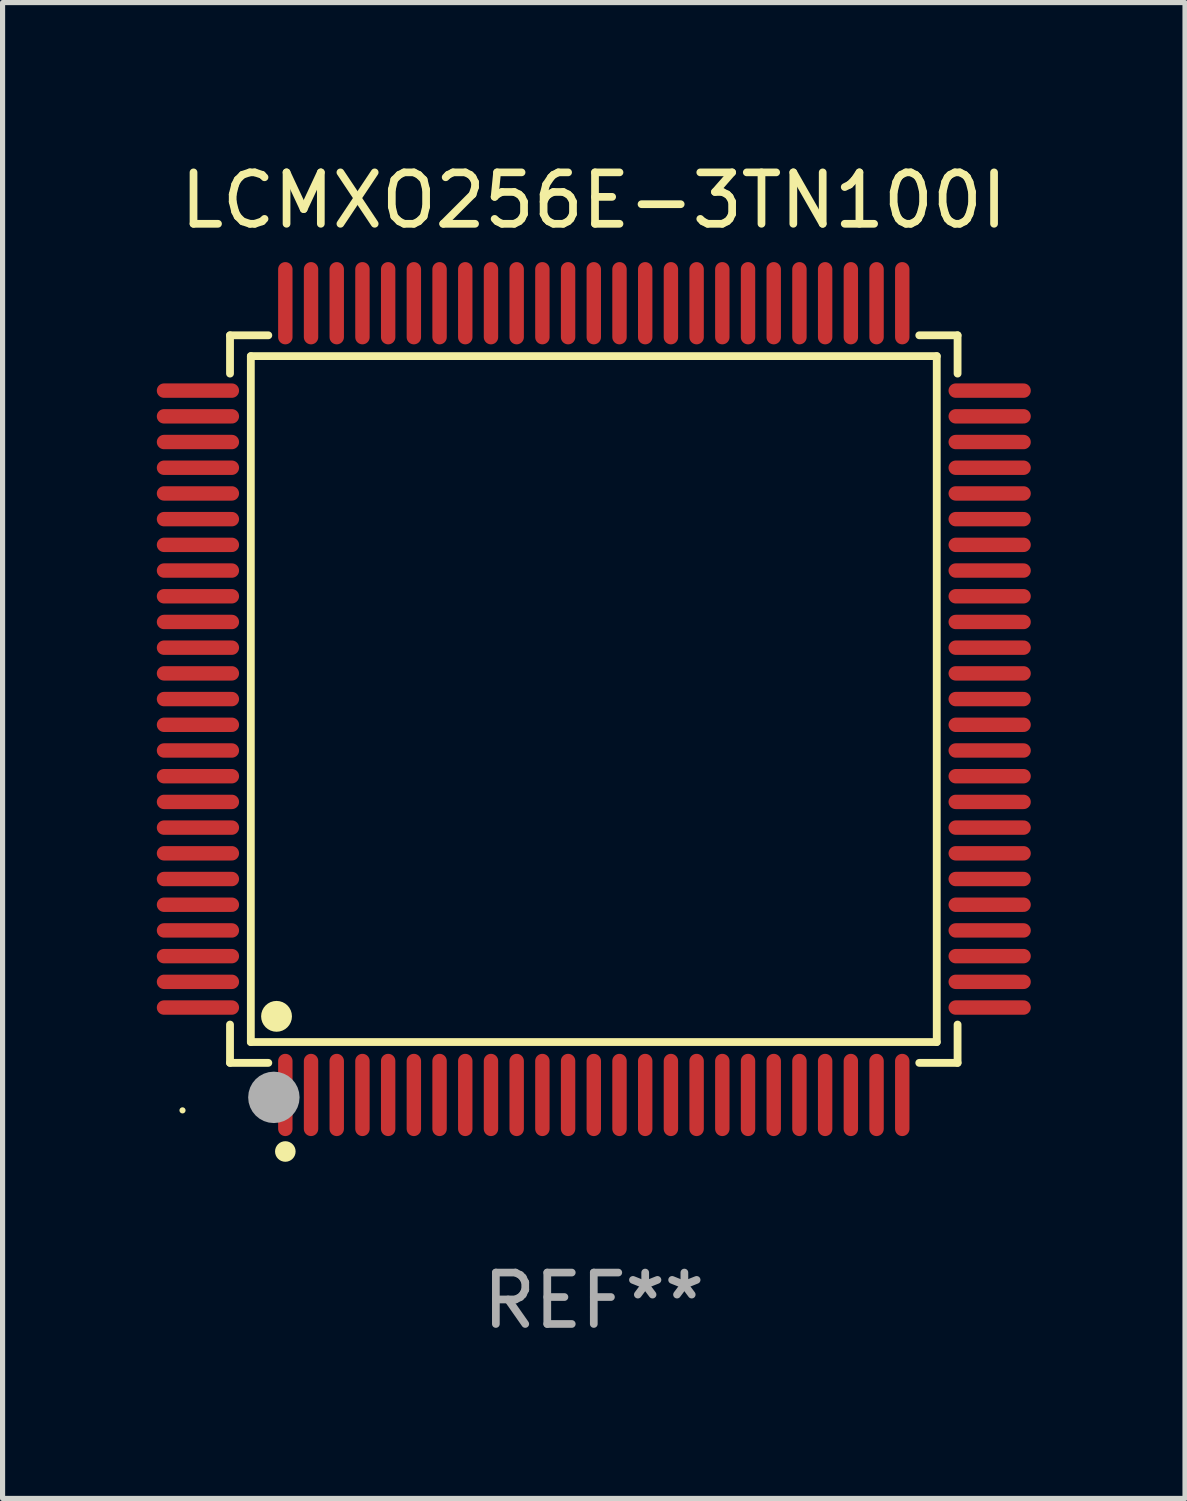
<source format=kicad_pcb>
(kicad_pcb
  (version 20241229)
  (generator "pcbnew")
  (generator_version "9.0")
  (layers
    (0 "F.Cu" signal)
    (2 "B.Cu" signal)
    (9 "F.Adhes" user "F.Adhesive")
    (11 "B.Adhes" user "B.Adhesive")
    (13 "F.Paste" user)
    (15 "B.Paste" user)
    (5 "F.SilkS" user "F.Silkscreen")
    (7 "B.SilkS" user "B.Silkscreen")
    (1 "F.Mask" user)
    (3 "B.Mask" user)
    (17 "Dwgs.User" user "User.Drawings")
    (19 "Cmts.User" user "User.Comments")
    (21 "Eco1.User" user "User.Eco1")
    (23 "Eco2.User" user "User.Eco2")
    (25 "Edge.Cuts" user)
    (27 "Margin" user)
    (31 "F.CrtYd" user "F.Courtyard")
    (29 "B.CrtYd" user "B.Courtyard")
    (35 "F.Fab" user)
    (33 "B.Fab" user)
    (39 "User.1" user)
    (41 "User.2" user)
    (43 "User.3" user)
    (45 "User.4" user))
  (footprint "LCMXO256E-3TN100I"
    (layer "F.Cu")
    (at 8.5 10.548)
    (property "Reference" "LCMXO256E-3TN100I" (at 0 -9.7 0) (layer "F.SilkS") (effects (font (size 1 1) (thickness 0.15))))
    (attr through_hole)
    (fp_line (start -7.076 -7.076) (end -6.331 -7.076) (stroke (width 0.152) (type solid)) (layer "F.SilkS"))
    (fp_line (start -7.076 -6.331) (end -7.076 -7.076) (stroke (width 0.152) (type solid)) (layer "F.SilkS"))
    (fp_line (start -7.076 6.331) (end -7.076 7.076) (stroke (width 0.152) (type solid)) (layer "F.SilkS"))
    (fp_line (start -7.076 7.076) (end -6.331 7.076) (stroke (width 0.152) (type solid)) (layer "F.SilkS"))
    (fp_line (start -6.671 -6.671) (end 6.671 -6.671) (stroke (width 0.152) (type solid)) (layer "F.SilkS"))
    (fp_line (start -6.671 6.671) (end -6.671 -6.671) (stroke (width 0.152) (type solid)) (layer "F.SilkS"))
    (fp_line (start 6.671 -6.671) (end 6.671 6.671) (stroke (width 0.152) (type solid)) (layer "F.SilkS"))
    (fp_line (start 6.671 6.671) (end -6.671 6.671) (stroke (width 0.152) (type solid)) (layer "F.SilkS"))
    (fp_line (start 7.076 -7.076) (end 6.331 -7.076) (stroke (width 0.152) (type solid)) (layer "F.SilkS"))
    (fp_line (start 7.076 -6.331) (end 7.076 -7.076) (stroke (width 0.152) (type solid)) (layer "F.SilkS"))
    (fp_line (start 7.076 6.331) (end 7.076 7.076) (stroke (width 0.152) (type solid)) (layer "F.SilkS"))
    (fp_line (start 7.076 7.076) (end 6.331 7.076) (stroke (width 0.152) (type solid)) (layer "F.SilkS"))
    (fp_circle (center -8 8) (end -7.97 8) (stroke (width 0.06) (type solid)) (fill no) (layer "F.SilkS"))
    (fp_circle (center -6.171 6.171) (end -6.021 6.171) (stroke (width 0.3) (type solid)) (fill no) (layer "F.SilkS"))
    (fp_circle (center -6 8.8) (end -5.9 8.8) (stroke (width 0.2) (type solid)) (fill no) (layer "F.SilkS"))
    (fp_circle (center -6.223 7.747) (end -5.973 7.747) (stroke (width 0.5) (type solid)) (fill no) (layer "F.Fab"))
    (fp_text user "REF**" (at 0 11.7 0) (layer "F.Fab") (effects (font (size 1 1) (thickness 0.15))))
    (pad "1" smd oval (at -6 7.7) (size 0.28 1.6) (layers "F.Cu" "F.Mask" "F.Paste"))
    (pad "2" smd oval (at -5.5 7.7) (size 0.28 1.6) (layers "F.Cu" "F.Mask" "F.Paste"))
    (pad "3" smd oval (at -5 7.7) (size 0.28 1.6) (layers "F.Cu" "F.Mask" "F.Paste"))
    (pad "4" smd oval (at -4.5 7.7) (size 0.28 1.6) (layers "F.Cu" "F.Mask" "F.Paste"))
    (pad "5" smd oval (at -4 7.7) (size 0.28 1.6) (layers "F.Cu" "F.Mask" "F.Paste"))
    (pad "6" smd oval (at -3.5 7.7) (size 0.28 1.6) (layers "F.Cu" "F.Mask" "F.Paste"))
    (pad "7" smd oval (at -3 7.7) (size 0.28 1.6) (layers "F.Cu" "F.Mask" "F.Paste"))
    (pad "8" smd oval (at -2.5 7.7) (size 0.28 1.6) (layers "F.Cu" "F.Mask" "F.Paste"))
    (pad "9" smd oval (at -2 7.7) (size 0.28 1.6) (layers "F.Cu" "F.Mask" "F.Paste"))
    (pad "10" smd oval (at -1.5 7.7) (size 0.28 1.6) (layers "F.Cu" "F.Mask" "F.Paste"))
    (pad "11" smd oval (at -1 7.7) (size 0.28 1.6) (layers "F.Cu" "F.Mask" "F.Paste"))
    (pad "12" smd oval (at -0.5 7.7) (size 0.28 1.6) (layers "F.Cu" "F.Mask" "F.Paste"))
    (pad "13" smd oval (at 0 7.7) (size 0.28 1.6) (layers "F.Cu" "F.Mask" "F.Paste"))
    (pad "14" smd oval (at 0.5 7.7) (size 0.28 1.6) (layers "F.Cu" "F.Mask" "F.Paste"))
    (pad "15" smd oval (at 1 7.7) (size 0.28 1.6) (layers "F.Cu" "F.Mask" "F.Paste"))
    (pad "16" smd oval (at 1.5 7.7) (size 0.28 1.6) (layers "F.Cu" "F.Mask" "F.Paste"))
    (pad "17" smd oval (at 2 7.7) (size 0.28 1.6) (layers "F.Cu" "F.Mask" "F.Paste"))
    (pad "18" smd oval (at 2.5 7.7) (size 0.28 1.6) (layers "F.Cu" "F.Mask" "F.Paste"))
    (pad "19" smd oval (at 3 7.7) (size 0.28 1.6) (layers "F.Cu" "F.Mask" "F.Paste"))
    (pad "20" smd oval (at 3.5 7.7) (size 0.28 1.6) (layers "F.Cu" "F.Mask" "F.Paste"))
    (pad "21" smd oval (at 4 7.7) (size 0.28 1.6) (layers "F.Cu" "F.Mask" "F.Paste"))
    (pad "22" smd oval (at 4.5 7.7) (size 0.28 1.6) (layers "F.Cu" "F.Mask" "F.Paste"))
    (pad "23" smd oval (at 5 7.7) (size 0.28 1.6) (layers "F.Cu" "F.Mask" "F.Paste"))
    (pad "24" smd oval (at 5.5 7.7) (size 0.28 1.6) (layers "F.Cu" "F.Mask" "F.Paste"))
    (pad "25" smd oval (at 6 7.7) (size 0.28 1.6) (layers "F.Cu" "F.Mask" "F.Paste"))
    (pad "26" smd oval (at 7.7 6) (size 1.6 0.28) (layers "F.Cu" "F.Mask" "F.Paste"))
    (pad "27" smd oval (at 7.7 5.5) (size 1.6 0.28) (layers "F.Cu" "F.Mask" "F.Paste"))
    (pad "28" smd oval (at 7.7 5) (size 1.6 0.28) (layers "F.Cu" "F.Mask" "F.Paste"))
    (pad "29" smd oval (at 7.7 4.5) (size 1.6 0.28) (layers "F.Cu" "F.Mask" "F.Paste"))
    (pad "30" smd oval (at 7.7 4) (size 1.6 0.28) (layers "F.Cu" "F.Mask" "F.Paste"))
    (pad "31" smd oval (at 7.7 3.5) (size 1.6 0.28) (layers "F.Cu" "F.Mask" "F.Paste"))
    (pad "32" smd oval (at 7.7 3) (size 1.6 0.28) (layers "F.Cu" "F.Mask" "F.Paste"))
    (pad "33" smd oval (at 7.7 2.5) (size 1.6 0.28) (layers "F.Cu" "F.Mask" "F.Paste"))
    (pad "34" smd oval (at 7.7 2) (size 1.6 0.28) (layers "F.Cu" "F.Mask" "F.Paste"))
    (pad "35" smd oval (at 7.7 1.5) (size 1.6 0.28) (layers "F.Cu" "F.Mask" "F.Paste"))
    (pad "36" smd oval (at 7.7 1) (size 1.6 0.28) (layers "F.Cu" "F.Mask" "F.Paste"))
    (pad "37" smd oval (at 7.7 0.5) (size 1.6 0.28) (layers "F.Cu" "F.Mask" "F.Paste"))
    (pad "38" smd oval (at 7.7 0) (size 1.6 0.28) (layers "F.Cu" "F.Mask" "F.Paste"))
    (pad "39" smd oval (at 7.7 -0.5) (size 1.6 0.28) (layers "F.Cu" "F.Mask" "F.Paste"))
    (pad "40" smd oval (at 7.7 -1) (size 1.6 0.28) (layers "F.Cu" "F.Mask" "F.Paste"))
    (pad "41" smd oval (at 7.7 -1.5) (size 1.6 0.28) (layers "F.Cu" "F.Mask" "F.Paste"))
    (pad "42" smd oval (at 7.7 -2) (size 1.6 0.28) (layers "F.Cu" "F.Mask" "F.Paste"))
    (pad "43" smd oval (at 7.7 -2.5) (size 1.6 0.28) (layers "F.Cu" "F.Mask" "F.Paste"))
    (pad "44" smd oval (at 7.7 -3) (size 1.6 0.28) (layers "F.Cu" "F.Mask" "F.Paste"))
    (pad "45" smd oval (at 7.7 -3.5) (size 1.6 0.28) (layers "F.Cu" "F.Mask" "F.Paste"))
    (pad "46" smd oval (at 7.7 -4) (size 1.6 0.28) (layers "F.Cu" "F.Mask" "F.Paste"))
    (pad "47" smd oval (at 7.7 -4.5) (size 1.6 0.28) (layers "F.Cu" "F.Mask" "F.Paste"))
    (pad "48" smd oval (at 7.7 -5) (size 1.6 0.28) (layers "F.Cu" "F.Mask" "F.Paste"))
    (pad "49" smd oval (at 7.7 -5.5) (size 1.6 0.28) (layers "F.Cu" "F.Mask" "F.Paste"))
    (pad "50" smd oval (at 7.7 -6) (size 1.6 0.28) (layers "F.Cu" "F.Mask" "F.Paste"))
    (pad "51" smd oval (at 6 -7.7) (size 0.28 1.6) (layers "F.Cu" "F.Mask" "F.Paste"))
    (pad "52" smd oval (at 5.5 -7.7) (size 0.28 1.6) (layers "F.Cu" "F.Mask" "F.Paste"))
    (pad "53" smd oval (at 5 -7.7) (size 0.28 1.6) (layers "F.Cu" "F.Mask" "F.Paste"))
    (pad "54" smd oval (at 4.5 -7.7) (size 0.28 1.6) (layers "F.Cu" "F.Mask" "F.Paste"))
    (pad "55" smd oval (at 4 -7.7) (size 0.28 1.6) (layers "F.Cu" "F.Mask" "F.Paste"))
    (pad "56" smd oval (at 3.5 -7.7) (size 0.28 1.6) (layers "F.Cu" "F.Mask" "F.Paste"))
    (pad "57" smd oval (at 3 -7.7) (size 0.28 1.6) (layers "F.Cu" "F.Mask" "F.Paste"))
    (pad "58" smd oval (at 2.5 -7.7) (size 0.28 1.6) (layers "F.Cu" "F.Mask" "F.Paste"))
    (pad "59" smd oval (at 2 -7.7) (size 0.28 1.6) (layers "F.Cu" "F.Mask" "F.Paste"))
    (pad "60" smd oval (at 1.5 -7.7) (size 0.28 1.6) (layers "F.Cu" "F.Mask" "F.Paste"))
    (pad "61" smd oval (at 1 -7.7) (size 0.28 1.6) (layers "F.Cu" "F.Mask" "F.Paste"))
    (pad "62" smd oval (at 0.5 -7.7) (size 0.28 1.6) (layers "F.Cu" "F.Mask" "F.Paste"))
    (pad "63" smd oval (at 0 -7.7) (size 0.28 1.6) (layers "F.Cu" "F.Mask" "F.Paste"))
    (pad "64" smd oval (at -0.5 -7.7) (size 0.28 1.6) (layers "F.Cu" "F.Mask" "F.Paste"))
    (pad "65" smd oval (at -1 -7.7) (size 0.28 1.6) (layers "F.Cu" "F.Mask" "F.Paste"))
    (pad "66" smd oval (at -1.5 -7.7) (size 0.28 1.6) (layers "F.Cu" "F.Mask" "F.Paste"))
    (pad "67" smd oval (at -2 -7.7) (size 0.28 1.6) (layers "F.Cu" "F.Mask" "F.Paste"))
    (pad "68" smd oval (at -2.5 -7.7) (size 0.28 1.6) (layers "F.Cu" "F.Mask" "F.Paste"))
    (pad "69" smd oval (at -3 -7.7) (size 0.28 1.6) (layers "F.Cu" "F.Mask" "F.Paste"))
    (pad "70" smd oval (at -3.5 -7.7) (size 0.28 1.6) (layers "F.Cu" "F.Mask" "F.Paste"))
    (pad "71" smd oval (at -4 -7.7) (size 0.28 1.6) (layers "F.Cu" "F.Mask" "F.Paste"))
    (pad "72" smd oval (at -4.5 -7.7) (size 0.28 1.6) (layers "F.Cu" "F.Mask" "F.Paste"))
    (pad "73" smd oval (at -5 -7.7) (size 0.28 1.6) (layers "F.Cu" "F.Mask" "F.Paste"))
    (pad "74" smd oval (at -5.5 -7.7) (size 0.28 1.6) (layers "F.Cu" "F.Mask" "F.Paste"))
    (pad "75" smd oval (at -6 -7.7) (size 0.28 1.6) (layers "F.Cu" "F.Mask" "F.Paste"))
    (pad "76" smd oval (at -7.7 -6) (size 1.6 0.28) (layers "F.Cu" "F.Mask" "F.Paste"))
    (pad "77" smd oval (at -7.7 -5.5) (size 1.6 0.28) (layers "F.Cu" "F.Mask" "F.Paste"))
    (pad "78" smd oval (at -7.7 -5) (size 1.6 0.28) (layers "F.Cu" "F.Mask" "F.Paste"))
    (pad "79" smd oval (at -7.7 -4.5) (size 1.6 0.28) (layers "F.Cu" "F.Mask" "F.Paste"))
    (pad "80" smd oval (at -7.7 -4) (size 1.6 0.28) (layers "F.Cu" "F.Mask" "F.Paste"))
    (pad "81" smd oval (at -7.7 -3.5) (size 1.6 0.28) (layers "F.Cu" "F.Mask" "F.Paste"))
    (pad "82" smd oval (at -7.7 -3) (size 1.6 0.28) (layers "F.Cu" "F.Mask" "F.Paste"))
    (pad "83" smd oval (at -7.7 -2.5) (size 1.6 0.28) (layers "F.Cu" "F.Mask" "F.Paste"))
    (pad "84" smd oval (at -7.7 -2) (size 1.6 0.28) (layers "F.Cu" "F.Mask" "F.Paste"))
    (pad "85" smd oval (at -7.7 -1.5) (size 1.6 0.28) (layers "F.Cu" "F.Mask" "F.Paste"))
    (pad "86" smd oval (at -7.7 -1) (size 1.6 0.28) (layers "F.Cu" "F.Mask" "F.Paste"))
    (pad "87" smd oval (at -7.7 -0.5) (size 1.6 0.28) (layers "F.Cu" "F.Mask" "F.Paste"))
    (pad "88" smd oval (at -7.7 0) (size 1.6 0.28) (layers "F.Cu" "F.Mask" "F.Paste"))
    (pad "89" smd oval (at -7.7 0.5) (size 1.6 0.28) (layers "F.Cu" "F.Mask" "F.Paste"))
    (pad "90" smd oval (at -7.7 1) (size 1.6 0.28) (layers "F.Cu" "F.Mask" "F.Paste"))
    (pad "91" smd oval (at -7.7 1.5) (size 1.6 0.28) (layers "F.Cu" "F.Mask" "F.Paste"))
    (pad "92" smd oval (at -7.7 2) (size 1.6 0.28) (layers "F.Cu" "F.Mask" "F.Paste"))
    (pad "93" smd oval (at -7.7 2.5) (size 1.6 0.28) (layers "F.Cu" "F.Mask" "F.Paste"))
    (pad "94" smd oval (at -7.7 3) (size 1.6 0.28) (layers "F.Cu" "F.Mask" "F.Paste"))
    (pad "95" smd oval (at -7.7 3.5) (size 1.6 0.28) (layers "F.Cu" "F.Mask" "F.Paste"))
    (pad "96" smd oval (at -7.7 4) (size 1.6 0.28) (layers "F.Cu" "F.Mask" "F.Paste"))
    (pad "97" smd oval (at -7.7 4.5) (size 1.6 0.28) (layers "F.Cu" "F.Mask" "F.Paste"))
    (pad "98" smd oval (at -7.7 5) (size 1.6 0.28) (layers "F.Cu" "F.Mask" "F.Paste"))
    (pad "99" smd oval (at -7.7 5.5) (size 1.6 0.28) (layers "F.Cu" "F.Mask" "F.Paste"))
    (pad "100" smd oval (at -7.7 6) (size 1.6 0.28) (layers "F.Cu" "F.Mask" "F.Paste")))
  (gr_rect
    (start -3 -3)
    (end 20 26.097)
    (stroke (width 0.1) (type default))
    (fill no)
    (layer "Edge.Cuts")))
</source>
